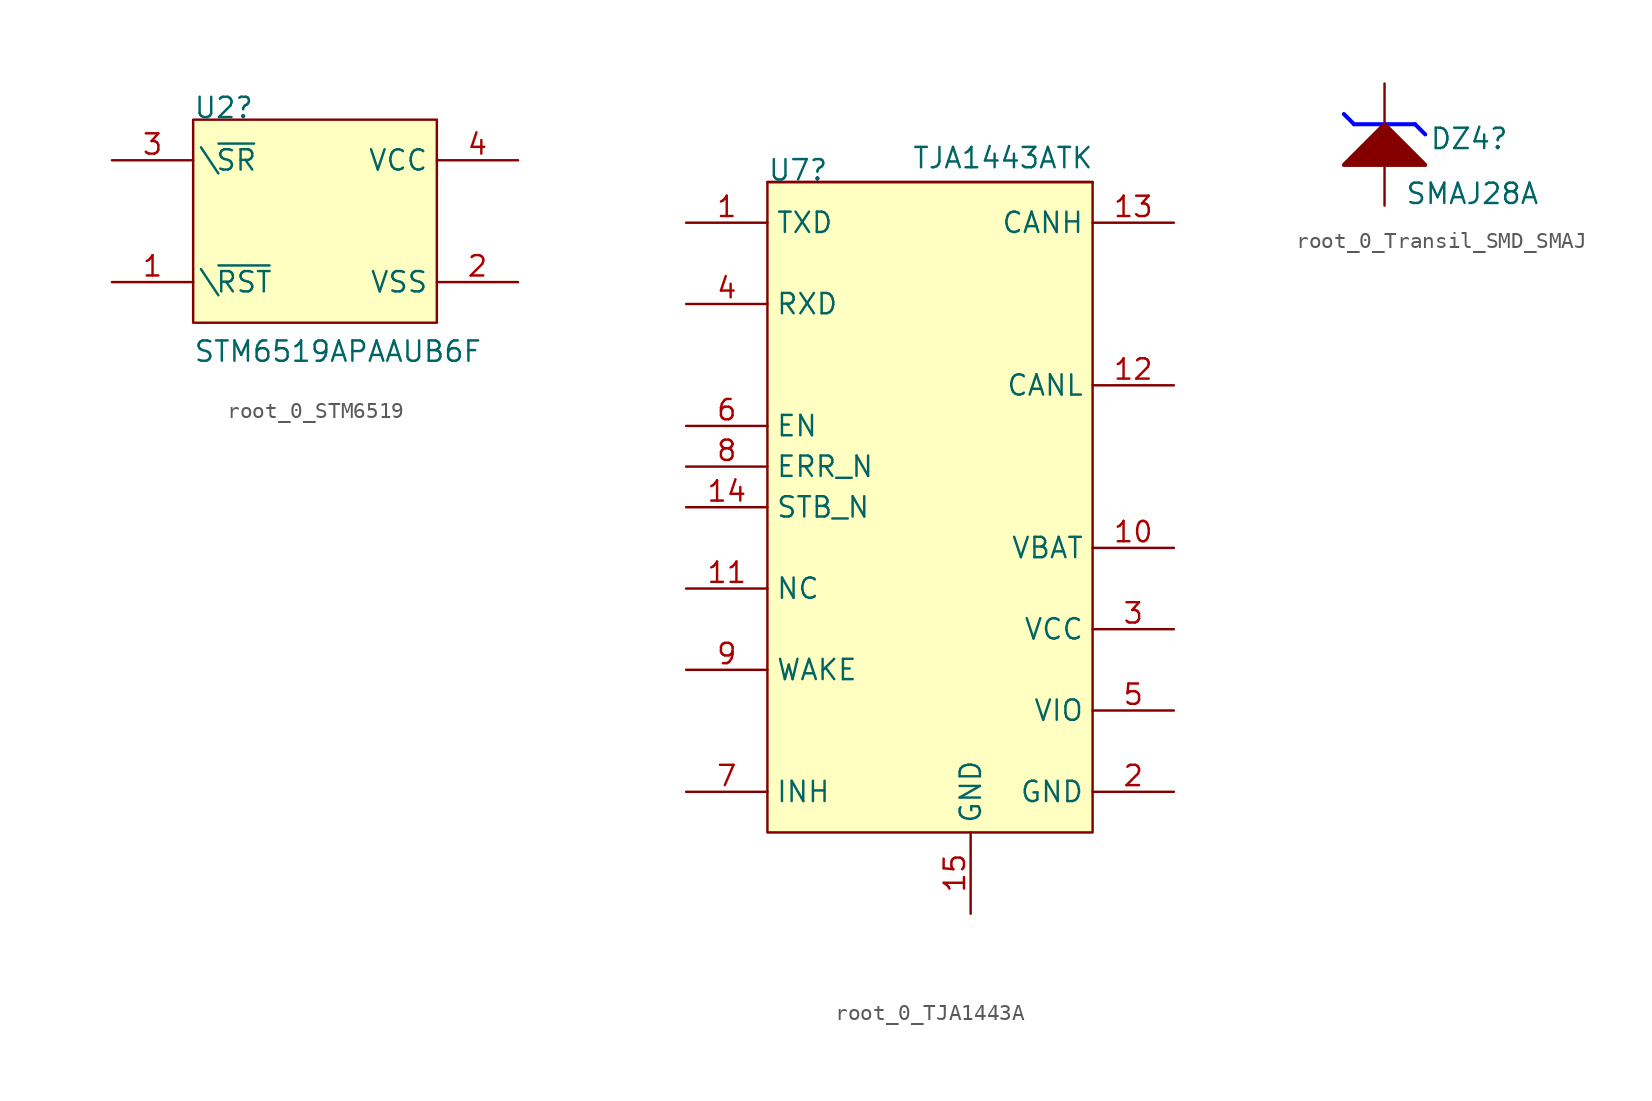
<source format=kicad_sym>
(kicad_symbol_lib
  (version 20220914)
  (generator kicad_symbol_editor)
  (symbol "root_0_STM6519"
    (property "Reference" "U2"
      (at 0 0 0)
      (effects (font (size 1.27 1.27)) (justify left bottom)))
    (property "Value" "STM6519APAAUB6F"
      (at 0 -15.24 0)
      (effects (font (size 1.27 1.27)) (justify left bottom)))
    (symbol "root_0_STM6519_1_0"
      (rectangle (start 15.24 0) (end 0 -12.7) (stroke (width 0) (type solid)) (fill (type background)))
      (pin passive line (at -5.08 -10.16 0) (length 5.08) (name "\\~{RST}" (effects (font (size 1.27 1.27)))) (number "1" (effects (font (size 1.27 1.27)))))
      (pin power_in line (at 20.32 -10.16 180) (length 5.08) (name "VSS" (effects (font (size 1.27 1.27)))) (number "2" (effects (font (size 1.27 1.27)))))
      (pin passive line (at -5.08 -2.54 0) (length 5.08) (name "\\~{SR}" (effects (font (size 1.27 1.27)))) (number "3" (effects (font (size 1.27 1.27)))))
      (pin power_in line (at 20.32 -2.54 180) (length 5.08) (name "VCC" (effects (font (size 1.27 1.27)))) (number "4" (effects (font (size 1.27 1.27)))))))
  (symbol "root_0_TJA1443A"
    (property "Reference" "U7"
      (at 0 0 0)
      (effects (font (size 1.27 1.27)) (justify left bottom)))
    (property "Value" "TJA1443ATK"
      (at 9.017 0.762 0)
      (effects (font (size 1.27 1.27)) (justify left bottom)))
    (symbol "root_0_TJA1443A_1_0"
      (rectangle (start 20.32 0) (end 0 -40.64) (stroke (width 0) (type solid)) (fill (type background)))
      (rectangle (start 20.32 0) (end 0 0) (stroke (width 0) (type solid)) (fill (type background)))
      (pin passive line (at -5.08 -2.54 0) (length 5.08) (name "TXD" (effects (font (size 1.27 1.27)))) (number "1" (effects (font (size 1.27 1.27)))))
      (pin power_in line (at 25.4 -22.86 180) (length 5.08) (name "VBAT" (effects (font (size 1.27 1.27)))) (number "10" (effects (font (size 1.27 1.27)))))
      (pin passive line (at -5.08 -25.4 0) (length 5.08) (name "NC" (effects (font (size 1.27 1.27)))) (number "11" (effects (font (size 1.27 1.27)))))
      (pin passive line (at 25.4 -12.7 180) (length 5.08) (name "CANL" (effects (font (size 1.27 1.27)))) (number "12" (effects (font (size 1.27 1.27)))))
      (pin passive line (at 25.4 -2.54 180) (length 5.08) (name "CANH" (effects (font (size 1.27 1.27)))) (number "13" (effects (font (size 1.27 1.27)))))
      (pin input line (at -5.08 -20.32 0) (length 5.08) (name "STB_N" (effects (font (size 1.27 1.27)))) (number "14" (effects (font (size 1.27 1.27)))))
      (pin power_in line (at 12.7 -45.72 90) (length 5.08) (name "GND" (effects (font (size 1.27 1.27)))) (number "15" (effects (font (size 1.27 1.27)))))
      (pin power_in line (at 25.4 -38.1 180) (length 5.08) (name "GND" (effects (font (size 1.27 1.27)))) (number "2" (effects (font (size 1.27 1.27)))))
      (pin power_in line (at 25.4 -27.94 180) (length 5.08) (name "VCC" (effects (font (size 1.27 1.27)))) (number "3" (effects (font (size 1.27 1.27)))))
      (pin passive line (at -5.08 -7.62 0) (length 5.08) (name "RXD" (effects (font (size 1.27 1.27)))) (number "4" (effects (font (size 1.27 1.27)))))
      (pin power_in line (at 25.4 -33.02 180) (length 5.08) (name "VIO" (effects (font (size 1.27 1.27)))) (number "5" (effects (font (size 1.27 1.27)))))
      (pin input line (at -5.08 -15.24 0) (length 5.08) (name "EN" (effects (font (size 1.27 1.27)))) (number "6" (effects (font (size 1.27 1.27)))))
      (pin passive line (at -5.08 -38.1 0) (length 5.08) (name "INH" (effects (font (size 1.27 1.27)))) (number "7" (effects (font (size 1.27 1.27)))))
      (pin output line (at -5.08 -17.78 0) (length 5.08) (name "ERR_N" (effects (font (size 1.27 1.27)))) (number "8" (effects (font (size 1.27 1.27)))))
      (pin passive line (at -5.08 -30.48 0) (length 5.08) (name "WAKE" (effects (font (size 1.27 1.27)))) (number "9" (effects (font (size 1.27 1.27)))))))
  (symbol "root_0_Transil_SMD_SMAJ"
    (property "Reference" "DZ4"
      (at 2.794 -1.651 0)
      (effects (font (size 1.27 1.27)) (justify left bottom)))
    (property "Value" "SMAJ28A"
      (at 1.27 -5.08 0)
      (effects (font (size 1.27 1.27)) (justify left bottom)))
    (symbol "root_0_Transil_SMD_SMAJ_1_0"
      (polyline (pts (xy -1.905 0) (xy -2.54 0.635)) (stroke (width 0.254) (type solid) (color 0 0 255 1)) (fill (type none)))
      (polyline (pts (xy 1.905 0) (xy -1.905 0)) (stroke (width 0.254) (type solid) (color 0 0 255 1)) (fill (type none)))
      (polyline (pts (xy 1.905 0) (xy 2.54 -0.635)) (stroke (width 0.254) (type solid) (color 0 0 255 1)) (fill (type none)))
      (polyline (pts (xy 2.54 -2.54) (xy 0 0) (xy -2.54 -2.54) (xy 2.54 -2.54)) (stroke (width 0.254) (type solid)) (fill (type outline)))
      (pin passive line (at 0 2.54 270) (length 2.54) (name "K" (effects (font (size 0 0)))) (number "1" (effects (font (size 0 0)))))
      (pin passive line (at 0 -5.08 90) (length 2.54) (name "A" (effects (font (size 0 0)))) (number "2" (effects (font (size 0 0))))))))
</source>
